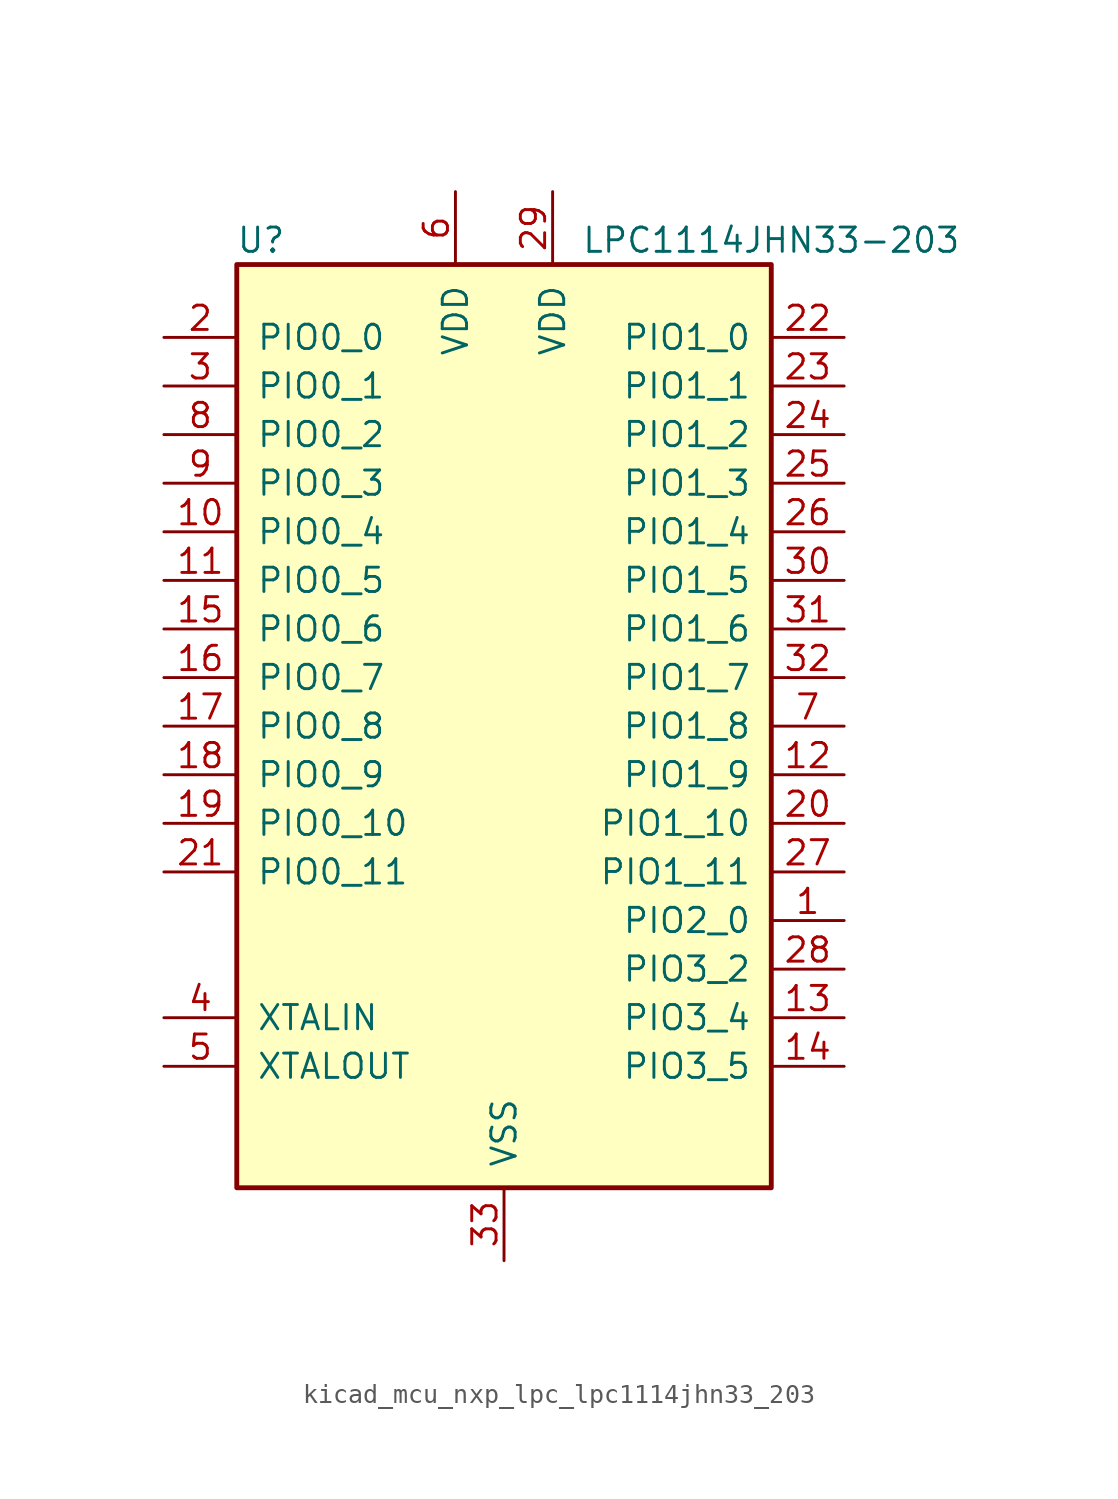
<source format=kicad_sym>
(kicad_symbol_lib
  (version 20220914)
  (generator kicad_symbol_editor)
  (symbol "kicad_mcu_nxp_lpc_lpc1114jhn33_203"
    (pin_names
      (offset 1.016))
    (property "Reference" "U"
      (at -12.7 25.4 0)
      (effects (font (size 1.27 1.27))))
    (property "Value" "LPC1114JHN33-203"
      (at 13.97 25.4 0)
      (effects (font (size 1.27 1.27))))
    (symbol "kicad_mcu_nxp_lpc_lpc1114jhn33_203_0_1"
      (rectangle (start -13.97 24.13) (end 13.97 -24.13) (stroke (width 0.254) (type default)) (fill (type background))))
    (symbol "kicad_mcu_nxp_lpc_lpc1114jhn33_203_1_1"
      (pin bidirectional line (at 17.78 -10.16 180) (length 3.81) (name "PIO2_0" (effects (font (size 1.27 1.27)))) (number "1" (effects (font (size 1.27 1.27)))))
      (pin bidirectional line (at -17.78 10.16 0) (length 3.81) (name "PIO0_4" (effects (font (size 1.27 1.27)))) (number "10" (effects (font (size 1.27 1.27)))))
      (pin bidirectional line (at -17.78 7.62 0) (length 3.81) (name "PIO0_5" (effects (font (size 1.27 1.27)))) (number "11" (effects (font (size 1.27 1.27)))))
      (pin bidirectional line (at 17.78 -2.54 180) (length 3.81) (name "PIO1_9" (effects (font (size 1.27 1.27)))) (number "12" (effects (font (size 1.27 1.27)))))
      (pin bidirectional line (at 17.78 -15.24 180) (length 3.81) (name "PIO3_4" (effects (font (size 1.27 1.27)))) (number "13" (effects (font (size 1.27 1.27)))))
      (pin bidirectional line (at 17.78 -17.78 180) (length 3.81) (name "PIO3_5" (effects (font (size 1.27 1.27)))) (number "14" (effects (font (size 1.27 1.27)))))
      (pin bidirectional line (at -17.78 5.08 0) (length 3.81) (name "PIO0_6" (effects (font (size 1.27 1.27)))) (number "15" (effects (font (size 1.27 1.27)))))
      (pin bidirectional line (at -17.78 2.54 0) (length 3.81) (name "PIO0_7" (effects (font (size 1.27 1.27)))) (number "16" (effects (font (size 1.27 1.27)))))
      (pin bidirectional line (at -17.78 0 0) (length 3.81) (name "PIO0_8" (effects (font (size 1.27 1.27)))) (number "17" (effects (font (size 1.27 1.27)))))
      (pin bidirectional line (at -17.78 -2.54 0) (length 3.81) (name "PIO0_9" (effects (font (size 1.27 1.27)))) (number "18" (effects (font (size 1.27 1.27)))))
      (pin bidirectional line (at -17.78 -5.08 0) (length 3.81) (name "PIO0_10" (effects (font (size 1.27 1.27)))) (number "19" (effects (font (size 1.27 1.27)))))
      (pin bidirectional line (at -17.78 20.32 0) (length 3.81) (name "PIO0_0" (effects (font (size 1.27 1.27)))) (number "2" (effects (font (size 1.27 1.27)))))
      (pin bidirectional line (at 17.78 -5.08 180) (length 3.81) (name "PIO1_10" (effects (font (size 1.27 1.27)))) (number "20" (effects (font (size 1.27 1.27)))))
      (pin bidirectional line (at -17.78 -7.62 0) (length 3.81) (name "PIO0_11" (effects (font (size 1.27 1.27)))) (number "21" (effects (font (size 1.27 1.27)))))
      (pin bidirectional line (at 17.78 20.32 180) (length 3.81) (name "PIO1_0" (effects (font (size 1.27 1.27)))) (number "22" (effects (font (size 1.27 1.27)))))
      (pin bidirectional line (at 17.78 17.78 180) (length 3.81) (name "PIO1_1" (effects (font (size 1.27 1.27)))) (number "23" (effects (font (size 1.27 1.27)))))
      (pin bidirectional line (at 17.78 15.24 180) (length 3.81) (name "PIO1_2" (effects (font (size 1.27 1.27)))) (number "24" (effects (font (size 1.27 1.27)))))
      (pin bidirectional line (at 17.78 12.7 180) (length 3.81) (name "PIO1_3" (effects (font (size 1.27 1.27)))) (number "25" (effects (font (size 1.27 1.27)))))
      (pin bidirectional line (at 17.78 10.16 180) (length 3.81) (name "PIO1_4" (effects (font (size 1.27 1.27)))) (number "26" (effects (font (size 1.27 1.27)))))
      (pin bidirectional line (at 17.78 -7.62 180) (length 3.81) (name "PIO1_11" (effects (font (size 1.27 1.27)))) (number "27" (effects (font (size 1.27 1.27)))))
      (pin bidirectional line (at 17.78 -12.7 180) (length 3.81) (name "PIO3_2" (effects (font (size 1.27 1.27)))) (number "28" (effects (font (size 1.27 1.27)))))
      (pin power_in line (at 2.54 27.94 270) (length 3.81) (name "VDD" (effects (font (size 1.27 1.27)))) (number "29" (effects (font (size 1.27 1.27)))))
      (pin bidirectional line (at -17.78 17.78 0) (length 3.81) (name "PIO0_1" (effects (font (size 1.27 1.27)))) (number "3" (effects (font (size 1.27 1.27)))))
      (pin bidirectional line (at 17.78 7.62 180) (length 3.81) (name "PIO1_5" (effects (font (size 1.27 1.27)))) (number "30" (effects (font (size 1.27 1.27)))))
      (pin bidirectional line (at 17.78 5.08 180) (length 3.81) (name "PIO1_6" (effects (font (size 1.27 1.27)))) (number "31" (effects (font (size 1.27 1.27)))))
      (pin bidirectional line (at 17.78 2.54 180) (length 3.81) (name "PIO1_7" (effects (font (size 1.27 1.27)))) (number "32" (effects (font (size 1.27 1.27)))))
      (pin power_in line (at 0 -27.94 90) (length 3.81) (name "VSS" (effects (font (size 1.27 1.27)))) (number "33" (effects (font (size 1.27 1.27)))))
      (pin input line (at -17.78 -15.24 0) (length 3.81) (name "XTALIN" (effects (font (size 1.27 1.27)))) (number "4" (effects (font (size 1.27 1.27)))))
      (pin output line (at -17.78 -17.78 0) (length 3.81) (name "XTALOUT" (effects (font (size 1.27 1.27)))) (number "5" (effects (font (size 1.27 1.27)))))
      (pin power_in line (at -2.54 27.94 270) (length 3.81) (name "VDD" (effects (font (size 1.27 1.27)))) (number "6" (effects (font (size 1.27 1.27)))))
      (pin bidirectional line (at 17.78 0 180) (length 3.81) (name "PIO1_8" (effects (font (size 1.27 1.27)))) (number "7" (effects (font (size 1.27 1.27)))))
      (pin bidirectional line (at -17.78 15.24 0) (length 3.81) (name "PIO0_2" (effects (font (size 1.27 1.27)))) (number "8" (effects (font (size 1.27 1.27)))))
      (pin bidirectional line (at -17.78 12.7 0) (length 3.81) (name "PIO0_3" (effects (font (size 1.27 1.27)))) (number "9" (effects (font (size 1.27 1.27))))))))
</source>
